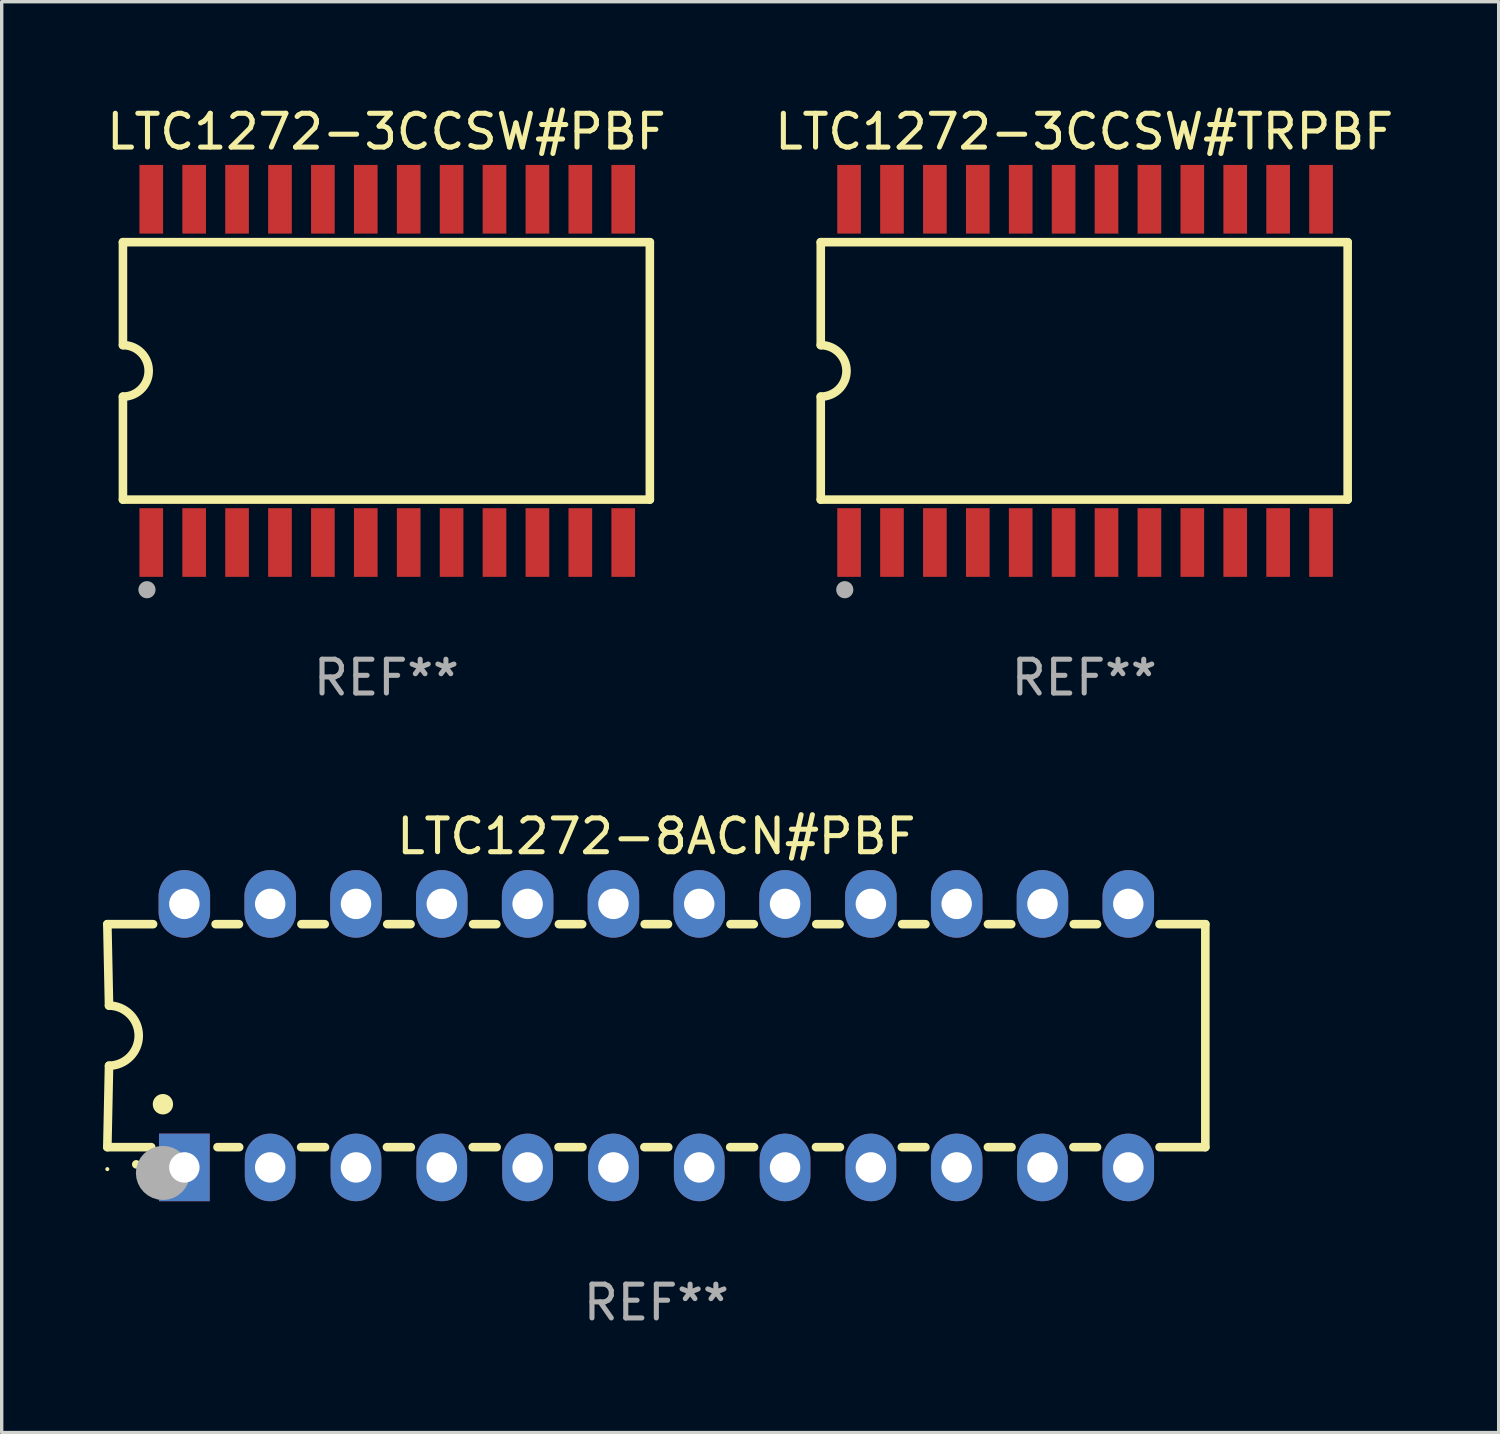
<source format=kicad_pcb>
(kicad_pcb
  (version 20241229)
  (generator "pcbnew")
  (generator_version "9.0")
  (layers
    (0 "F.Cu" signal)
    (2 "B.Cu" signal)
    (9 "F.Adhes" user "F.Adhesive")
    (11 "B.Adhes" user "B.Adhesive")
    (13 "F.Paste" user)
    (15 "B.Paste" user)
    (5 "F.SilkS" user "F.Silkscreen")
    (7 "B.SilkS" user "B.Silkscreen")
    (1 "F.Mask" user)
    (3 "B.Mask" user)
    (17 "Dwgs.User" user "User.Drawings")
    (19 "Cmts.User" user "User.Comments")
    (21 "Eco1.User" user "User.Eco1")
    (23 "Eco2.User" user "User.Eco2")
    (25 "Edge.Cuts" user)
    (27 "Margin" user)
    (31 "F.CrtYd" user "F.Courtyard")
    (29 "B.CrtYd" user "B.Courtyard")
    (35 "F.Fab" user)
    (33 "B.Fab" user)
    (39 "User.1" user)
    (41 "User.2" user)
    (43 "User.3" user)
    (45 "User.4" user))
  (footprint "LTC1272-8ACN#PBF"
    (layer "F.Cu")
    (at 16.377 27.605)
    (property "Reference" "LTC1272-8ACN#PBF" (at 0 -5.9 0) (layer "F.SilkS") (effects (font (size 1 1) (thickness 0.15))))
    (attr through_hole)
    (fp_line (start -16.25 -3.3) (end -16.2 -0.889) (stroke (width 0.254) (type solid)) (layer "F.SilkS"))
    (fp_line (start -16.25 -3.3) (end -14.895 -3.3) (stroke (width 0.254) (type solid)) (layer "F.SilkS"))
    (fp_line (start -16.25 3.3) (end -16.2 0.889) (stroke (width 0.254) (type solid)) (layer "F.SilkS"))
    (fp_line (start -16.25 3.3) (end -14.951 3.3) (stroke (width 0.254) (type solid)) (layer "F.SilkS"))
    (fp_line (start -13.045 -3.3) (end -12.355 -3.3) (stroke (width 0.254) (type solid)) (layer "F.SilkS"))
    (fp_line (start -12.989 3.3) (end -12.347 3.3) (stroke (width 0.254) (type solid)) (layer "F.SilkS"))
    (fp_line (start -10.514 3.3) (end -9.807 3.3) (stroke (width 0.254) (type solid)) (layer "F.SilkS"))
    (fp_line (start -10.505 -3.3) (end -9.815 -3.3) (stroke (width 0.254) (type solid)) (layer "F.SilkS"))
    (fp_line (start -7.974 3.3) (end -7.267 3.3) (stroke (width 0.254) (type solid)) (layer "F.SilkS"))
    (fp_line (start -7.965 -3.3) (end -7.275 -3.3) (stroke (width 0.254) (type solid)) (layer "F.SilkS"))
    (fp_line (start -5.434 3.3) (end -4.727 3.3) (stroke (width 0.254) (type solid)) (layer "F.SilkS"))
    (fp_line (start -5.425 -3.3) (end -4.735 -3.3) (stroke (width 0.254) (type solid)) (layer "F.SilkS"))
    (fp_line (start -2.894 3.3) (end -2.187 3.3) (stroke (width 0.254) (type solid)) (layer "F.SilkS"))
    (fp_line (start -2.885 -3.3) (end -2.195 -3.3) (stroke (width 0.254) (type solid)) (layer "F.SilkS"))
    (fp_line (start -0.354 3.3) (end 0.353 3.3) (stroke (width 0.254) (type solid)) (layer "F.SilkS"))
    (fp_line (start -0.345 -3.3) (end 0.345 -3.3) (stroke (width 0.254) (type solid)) (layer "F.SilkS"))
    (fp_line (start 2.186 3.3) (end 2.893 3.3) (stroke (width 0.254) (type solid)) (layer "F.SilkS"))
    (fp_line (start 2.195 -3.3) (end 2.885 -3.3) (stroke (width 0.254) (type solid)) (layer "F.SilkS"))
    (fp_line (start 4.726 3.3) (end 5.434 3.3) (stroke (width 0.254) (type solid)) (layer "F.SilkS"))
    (fp_line (start 4.735 -3.3) (end 5.425 -3.3) (stroke (width 0.254) (type solid)) (layer "F.SilkS"))
    (fp_line (start 7.266 3.3) (end 7.965 3.3) (stroke (width 0.254) (type solid)) (layer "F.SilkS"))
    (fp_line (start 7.275 -3.3) (end 7.965 -3.3) (stroke (width 0.254) (type solid)) (layer "F.SilkS"))
    (fp_line (start 9.815 -3.3) (end 10.505 -3.3) (stroke (width 0.254) (type solid)) (layer "F.SilkS"))
    (fp_line (start 9.815 3.3) (end 10.514 3.3) (stroke (width 0.254) (type solid)) (layer "F.SilkS"))
    (fp_line (start 12.346 3.3) (end 13.045 3.3) (stroke (width 0.254) (type solid)) (layer "F.SilkS"))
    (fp_line (start 12.355 -3.3) (end 13.045 -3.3) (stroke (width 0.254) (type solid)) (layer "F.SilkS"))
    (fp_line (start 16.25 -3.3) (end 14.895 -3.3) (stroke (width 0.254) (type solid)) (layer "F.SilkS"))
    (fp_line (start 16.25 -3.3) (end 16.25 3.3) (stroke (width 0.254) (type solid)) (layer "F.SilkS"))
    (fp_line (start 16.25 3.3) (end 14.895 3.3) (stroke (width 0.254) (type solid)) (layer "F.SilkS"))
    (fp_arc (start -16.201016 -0.890146) (mid -15.311429 -0.001055) (end -16.200025 0.889027) (stroke (width 0.254001) (type solid)) (layer "F.SilkS"))
    (fp_arc (start -15.394971 3.810033) (mid -15.394978 3.808763) (end -15.394971 3.807493) (stroke (width 0.25) (type solid)) (layer "F.SilkS"))
    (fp_arc (start -14.605029 2.032029) (mid -14.60504 2.029489) (end -14.605029 2.026949) (stroke (width 0.6) (type solid)) (layer "F.SilkS"))
    (fp_circle (center -16.25 3.95) (end -16.22 3.95) (stroke (width 0.06) (type solid)) (fill no) (layer "F.SilkS"))
    (fp_circle (center -14.605 4.064) (end -14.205 4.064) (stroke (width 0.8) (type solid)) (fill no) (layer "F.Fab"))
    (fp_text user "REF**" (at 0 7.9 0) (layer "F.Fab") (effects (font (size 1 1) (thickness 0.15))))
    (pad "1" thru_hole rect (at -13.97 3.9 90) (size 2 1.5) (drill 0.9) (layers "*.Cu" "*.Mask"))
    (pad "2" thru_hole oval (at -11.43 3.9 90) (size 2 1.5) (drill 0.9) (layers "*.Cu" "*.Mask"))
    (pad "3" thru_hole oval (at -8.89 3.9 90) (size 2 1.5) (drill 0.9) (layers "*.Cu" "*.Mask"))
    (pad "4" thru_hole oval (at -6.35 3.9 90) (size 2 1.5) (drill 0.9) (layers "*.Cu" "*.Mask"))
    (pad "5" thru_hole oval (at -3.81 3.9 90) (size 2 1.5) (drill 0.9) (layers "*.Cu" "*.Mask"))
    (pad "6" thru_hole oval (at -1.27 3.9 90) (size 2 1.5) (drill 0.9) (layers "*.Cu" "*.Mask"))
    (pad "7" thru_hole oval (at 1.27 3.9 90) (size 2 1.5) (drill 0.9) (layers "*.Cu" "*.Mask"))
    (pad "8" thru_hole oval (at 3.81 3.9 90) (size 2 1.5) (drill 0.9) (layers "*.Cu" "*.Mask"))
    (pad "9" thru_hole oval (at 6.35 3.9 90) (size 2 1.5) (drill 0.9) (layers "*.Cu" "*.Mask"))
    (pad "10" thru_hole oval (at 8.89 3.9 90) (size 2 1.524) (drill 0.9) (layers "*.Cu" "*.Mask"))
    (pad "11" thru_hole oval (at 11.43 3.9 90) (size 2 1.5) (drill 0.9) (layers "*.Cu" "*.Mask"))
    (pad "12" thru_hole oval (at 13.97 3.9 90) (size 2 1.524) (drill 0.9) (layers "*.Cu" "*.Mask"))
    (pad "13" thru_hole oval (at 13.97 -3.9 90) (size 2 1.524) (drill 0.9) (layers "*.Cu" "*.Mask"))
    (pad "14" thru_hole oval (at 11.43 -3.9 90) (size 2 1.524) (drill 0.9) (layers "*.Cu" "*.Mask"))
    (pad "15" thru_hole oval (at 8.89 -3.9 90) (size 2 1.524) (drill 0.9) (layers "*.Cu" "*.Mask"))
    (pad "16" thru_hole oval (at 6.35 -3.9 90) (size 2 1.524) (drill 0.9) (layers "*.Cu" "*.Mask"))
    (pad "17" thru_hole oval (at 3.81 -3.9 90) (size 2 1.524) (drill 0.9) (layers "*.Cu" "*.Mask"))
    (pad "18" thru_hole oval (at 1.27 -3.9 90) (size 2 1.524) (drill 0.9) (layers "*.Cu" "*.Mask"))
    (pad "19" thru_hole oval (at -1.27 -3.9 90) (size 2 1.524) (drill 0.9) (layers "*.Cu" "*.Mask"))
    (pad "20" thru_hole oval (at -3.81 -3.9 90) (size 2 1.524) (drill 0.9) (layers "*.Cu" "*.Mask"))
    (pad "21" thru_hole oval (at -6.35 -3.9 90) (size 2 1.524) (drill 0.9) (layers "*.Cu" "*.Mask"))
    (pad "22" thru_hole oval (at -8.89 -3.9 90) (size 2 1.524) (drill 0.9) (layers "*.Cu" "*.Mask"))
    (pad "23" thru_hole oval (at -11.43 -3.9 90) (size 2 1.524) (drill 0.9) (layers "*.Cu" "*.Mask"))
    (pad "24" thru_hole oval (at -13.97 -3.9 90) (size 2 1.524) (drill 0.9) (layers "*.Cu" "*.Mask")))
  (footprint "LTC1272-3CCSW#TRPBF"
    (layer "F.Cu")
    (at 29.042 7.928)
    (property "Reference" "LTC1272-3CCSW#TRPBF" (at 0 -7.08 0) (layer "F.SilkS") (effects (font (size 1 1) (thickness 0.15))))
    (attr through_hole)
    (fp_line (start -7.798 -3.81) (end -7.798 -0.762) (stroke (width 0.254) (type solid)) (layer "F.SilkS"))
    (fp_line (start -7.798 3.81) (end -7.798 0.762) (stroke (width 0.254) (type solid)) (layer "F.SilkS"))
    (fp_line (start 7.798 -3.81) (end -7.798 -3.81) (stroke (width 0.254) (type solid)) (layer "F.SilkS"))
    (fp_line (start 7.798 3.81) (end -7.798 3.81) (stroke (width 0.254) (type solid)) (layer "F.SilkS"))
    (fp_line (start 7.798 3.81) (end 7.798 -3.81) (stroke (width 0.254) (type solid)) (layer "F.SilkS"))
    (fp_arc (start -7.797791 -0.762002) (mid -7.03579 -0.000001) (end -7.79779 0.762002) (stroke (width 0.254001) (type solid)) (layer "F.SilkS"))
    (fp_circle (center -7.825 3.75) (end -7.795 3.75) (stroke (width 0.06) (type solid)) (fill no) (layer "F.SilkS"))
    (fp_circle (center -7.087 6.477) (end -6.96 6.477) (stroke (width 0.254) (type solid)) (fill no) (layer "F.Fab"))
    (fp_text user "REF**" (at 0 9.08 0) (layer "F.Fab") (effects (font (size 1 1) (thickness 0.15))))
    (pad "1" smd rect (at -6.96 5.08 90) (size 2.032 0.7) (layers "F.Cu" "F.Mask" "F.Paste"))
    (pad "2" smd rect (at -5.69 5.08 90) (size 2.032 0.7) (layers "F.Cu" "F.Mask" "F.Paste"))
    (pad "3" smd rect (at -4.42 5.08 90) (size 2.032 0.7) (layers "F.Cu" "F.Mask" "F.Paste"))
    (pad "4" smd rect (at -3.15 5.08 90) (size 2.032 0.7) (layers "F.Cu" "F.Mask" "F.Paste"))
    (pad "5" smd rect (at -1.88 5.08 90) (size 2.032 0.7) (layers "F.Cu" "F.Mask" "F.Paste"))
    (pad "6" smd rect (at -0.61 5.08 90) (size 2.032 0.7) (layers "F.Cu" "F.Mask" "F.Paste"))
    (pad "7" smd rect (at 0.66 5.08 90) (size 2.032 0.7) (layers "F.Cu" "F.Mask" "F.Paste"))
    (pad "8" smd rect (at 1.93 5.08 90) (size 2.032 0.7) (layers "F.Cu" "F.Mask" "F.Paste"))
    (pad "9" smd rect (at 3.2 5.08 90) (size 2.032 0.7) (layers "F.Cu" "F.Mask" "F.Paste"))
    (pad "10" smd rect (at 4.47 5.08 90) (size 2.032 0.7) (layers "F.Cu" "F.Mask" "F.Paste"))
    (pad "11" smd rect (at 5.74 5.08 90) (size 2.032 0.7) (layers "F.Cu" "F.Mask" "F.Paste"))
    (pad "12" smd rect (at 7.01 5.08 90) (size 2.032 0.7) (layers "F.Cu" "F.Mask" "F.Paste"))
    (pad "13" smd rect (at 7.01 -5.08 90) (size 2.032 0.7) (layers "F.Cu" "F.Mask" "F.Paste"))
    (pad "14" smd rect (at 5.74 -5.08 90) (size 2.032 0.7) (layers "F.Cu" "F.Mask" "F.Paste"))
    (pad "15" smd rect (at 4.47 -5.08 90) (size 2.032 0.7) (layers "F.Cu" "F.Mask" "F.Paste"))
    (pad "16" smd rect (at 3.2 -5.08 90) (size 2.032 0.7) (layers "F.Cu" "F.Mask" "F.Paste"))
    (pad "17" smd rect (at 1.93 -5.08 90) (size 2.032 0.7) (layers "F.Cu" "F.Mask" "F.Paste"))
    (pad "18" smd rect (at 0.66 -5.08 90) (size 2.032 0.7) (layers "F.Cu" "F.Mask" "F.Paste"))
    (pad "19" smd rect (at -0.61 -5.08 90) (size 2.032 0.7) (layers "F.Cu" "F.Mask" "F.Paste"))
    (pad "20" smd rect (at -1.88 -5.08 90) (size 2.032 0.7) (layers "F.Cu" "F.Mask" "F.Paste"))
    (pad "21" smd rect (at -3.15 -5.08 90) (size 2.032 0.7) (layers "F.Cu" "F.Mask" "F.Paste"))
    (pad "22" smd rect (at -4.42 -5.08 90) (size 2.032 0.7) (layers "F.Cu" "F.Mask" "F.Paste"))
    (pad "23" smd rect (at -5.69 -5.08 90) (size 2.032 0.7) (layers "F.Cu" "F.Mask" "F.Paste"))
    (pad "24" smd rect (at -6.96 -5.08 90) (size 2.032 0.7) (layers "F.Cu" "F.Mask" "F.Paste")))
  (footprint "LTC1272-3CCSW#PBF"
    (layer "F.Cu")
    (at 8.387 7.928)
    (property "Reference" "LTC1272-3CCSW#PBF" (at 0 -7.08 0) (layer "F.SilkS") (effects (font (size 1 1) (thickness 0.15))))
    (attr through_hole)
    (fp_line (start -7.798 -3.81) (end -7.798 -0.762) (stroke (width 0.254) (type solid)) (layer "F.SilkS"))
    (fp_line (start -7.798 3.81) (end -7.798 0.762) (stroke (width 0.254) (type solid)) (layer "F.SilkS"))
    (fp_line (start 7.798 -3.81) (end -7.798 -3.81) (stroke (width 0.254) (type solid)) (layer "F.SilkS"))
    (fp_line (start 7.798 3.81) (end -7.798 3.81) (stroke (width 0.254) (type solid)) (layer "F.SilkS"))
    (fp_line (start 7.798 3.81) (end 7.798 -3.81) (stroke (width 0.254) (type solid)) (layer "F.SilkS"))
    (fp_arc (start -7.797791 -0.762002) (mid -7.03579 -0.000001) (end -7.79779 0.762002) (stroke (width 0.254001) (type solid)) (layer "F.SilkS"))
    (fp_circle (center -7.825 3.75) (end -7.795 3.75) (stroke (width 0.06) (type solid)) (fill no) (layer "F.SilkS"))
    (fp_circle (center -7.087 6.477) (end -6.96 6.477) (stroke (width 0.254) (type solid)) (fill no) (layer "F.Fab"))
    (fp_text user "REF**" (at 0 9.08 0) (layer "F.Fab") (effects (font (size 1 1) (thickness 0.15))))
    (pad "1" smd rect (at -6.96 5.08 90) (size 2.032 0.7) (layers "F.Cu" "F.Mask" "F.Paste"))
    (pad "2" smd rect (at -5.69 5.08 90) (size 2.032 0.7) (layers "F.Cu" "F.Mask" "F.Paste"))
    (pad "3" smd rect (at -4.42 5.08 90) (size 2.032 0.7) (layers "F.Cu" "F.Mask" "F.Paste"))
    (pad "4" smd rect (at -3.15 5.08 90) (size 2.032 0.7) (layers "F.Cu" "F.Mask" "F.Paste"))
    (pad "5" smd rect (at -1.88 5.08 90) (size 2.032 0.7) (layers "F.Cu" "F.Mask" "F.Paste"))
    (pad "6" smd rect (at -0.61 5.08 90) (size 2.032 0.7) (layers "F.Cu" "F.Mask" "F.Paste"))
    (pad "7" smd rect (at 0.66 5.08 90) (size 2.032 0.7) (layers "F.Cu" "F.Mask" "F.Paste"))
    (pad "8" smd rect (at 1.93 5.08 90) (size 2.032 0.7) (layers "F.Cu" "F.Mask" "F.Paste"))
    (pad "9" smd rect (at 3.2 5.08 90) (size 2.032 0.7) (layers "F.Cu" "F.Mask" "F.Paste"))
    (pad "10" smd rect (at 4.47 5.08 90) (size 2.032 0.7) (layers "F.Cu" "F.Mask" "F.Paste"))
    (pad "11" smd rect (at 5.74 5.08 90) (size 2.032 0.7) (layers "F.Cu" "F.Mask" "F.Paste"))
    (pad "12" smd rect (at 7.01 5.08 90) (size 2.032 0.7) (layers "F.Cu" "F.Mask" "F.Paste"))
    (pad "13" smd rect (at 7.01 -5.08 90) (size 2.032 0.7) (layers "F.Cu" "F.Mask" "F.Paste"))
    (pad "14" smd rect (at 5.74 -5.08 90) (size 2.032 0.7) (layers "F.Cu" "F.Mask" "F.Paste"))
    (pad "15" smd rect (at 4.47 -5.08 90) (size 2.032 0.7) (layers "F.Cu" "F.Mask" "F.Paste"))
    (pad "16" smd rect (at 3.2 -5.08 90) (size 2.032 0.7) (layers "F.Cu" "F.Mask" "F.Paste"))
    (pad "17" smd rect (at 1.93 -5.08 90) (size 2.032 0.7) (layers "F.Cu" "F.Mask" "F.Paste"))
    (pad "18" smd rect (at 0.66 -5.08 90) (size 2.032 0.7) (layers "F.Cu" "F.Mask" "F.Paste"))
    (pad "19" smd rect (at -0.61 -5.08 90) (size 2.032 0.7) (layers "F.Cu" "F.Mask" "F.Paste"))
    (pad "20" smd rect (at -1.88 -5.08 90) (size 2.032 0.7) (layers "F.Cu" "F.Mask" "F.Paste"))
    (pad "21" smd rect (at -3.15 -5.08 90) (size 2.032 0.7) (layers "F.Cu" "F.Mask" "F.Paste"))
    (pad "22" smd rect (at -4.42 -5.08 90) (size 2.032 0.7) (layers "F.Cu" "F.Mask" "F.Paste"))
    (pad "23" smd rect (at -5.69 -5.08 90) (size 2.032 0.7) (layers "F.Cu" "F.Mask" "F.Paste"))
    (pad "24" smd rect (at -6.96 -5.08 90) (size 2.032 0.7) (layers "F.Cu" "F.Mask" "F.Paste")))
  (gr_rect
    (start -3 -3)
    (end 41.31 39.353)
    (stroke (width 0.1) (type default))
    (fill no)
    (layer "Edge.Cuts")))
</source>
